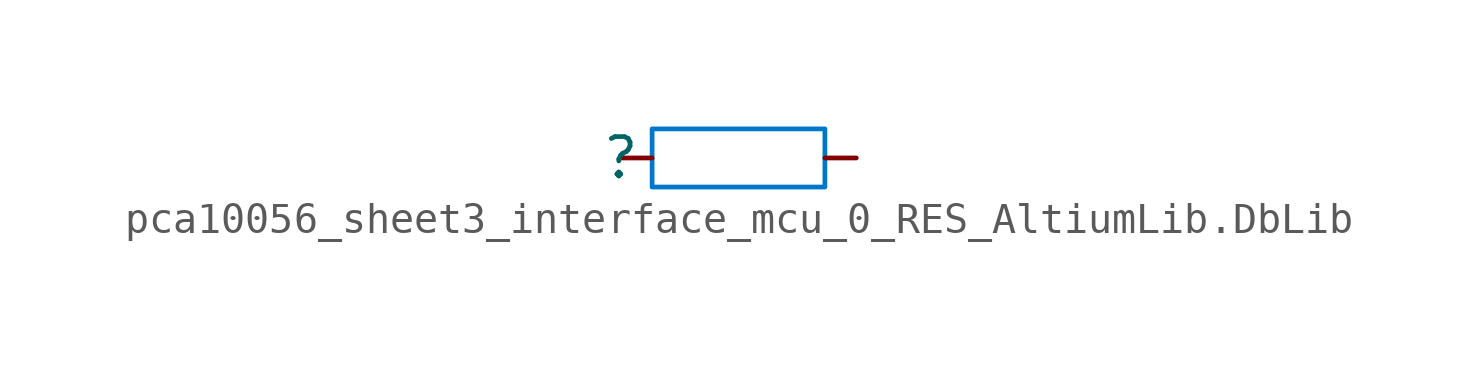
<source format=kicad_sym>
(kicad_symbol_lib
  (version 20241209)
  (generator "kicad_symbol_editor")
  (generator_version "9.0")
  (symbol "pca10056_sheet3_interface_mcu_0_RES_AltiumLib.DbLib"
    (pin_numbers
      (hide yes))
    (pin_names
      (hide yes))
    (property "Reference" ""
      (at 0 0 0)
      (effects (font (size 1.27 1.27))))
    (property "Value" ""
      (at 0 0 0)
      (effects (font (size 1.27 1.27))))
    (symbol "pca10056_sheet3_interface_mcu_0_RES_AltiumLib.DbLib_1_0"
      (polyline (pts (xy 6.604 0.94) (xy 1.016 0.94) (xy 1.016 -0.94) (xy 6.604 -0.94) (xy 6.604 0.94)) (stroke (width 0) (type solid) (color 0 119 200 1)) (fill (type none)))
      (pin passive line (at 0 0 0) (length 1.016) (name "1" (effects (font (size 1.27 1.27)))) (number "1" (effects (font (size 1.27 1.27)))))
      (pin passive line (at 7.62 0 180) (length 1.016) (name "2" (effects (font (size 1.27 1.27)))) (number "2" (effects (font (size 1.27 1.27))))))))
</source>
